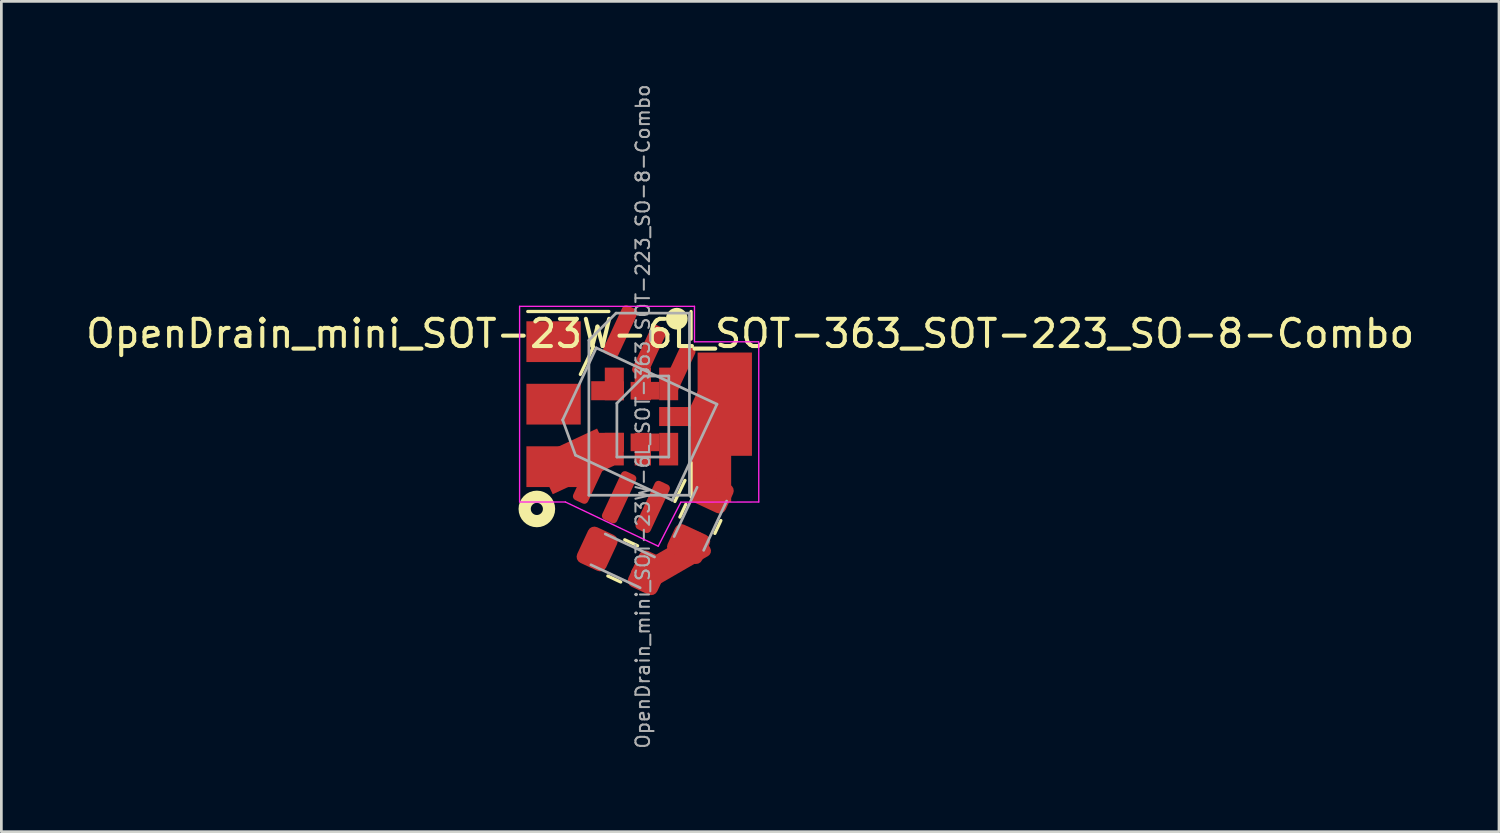
<source format=kicad_pcb>
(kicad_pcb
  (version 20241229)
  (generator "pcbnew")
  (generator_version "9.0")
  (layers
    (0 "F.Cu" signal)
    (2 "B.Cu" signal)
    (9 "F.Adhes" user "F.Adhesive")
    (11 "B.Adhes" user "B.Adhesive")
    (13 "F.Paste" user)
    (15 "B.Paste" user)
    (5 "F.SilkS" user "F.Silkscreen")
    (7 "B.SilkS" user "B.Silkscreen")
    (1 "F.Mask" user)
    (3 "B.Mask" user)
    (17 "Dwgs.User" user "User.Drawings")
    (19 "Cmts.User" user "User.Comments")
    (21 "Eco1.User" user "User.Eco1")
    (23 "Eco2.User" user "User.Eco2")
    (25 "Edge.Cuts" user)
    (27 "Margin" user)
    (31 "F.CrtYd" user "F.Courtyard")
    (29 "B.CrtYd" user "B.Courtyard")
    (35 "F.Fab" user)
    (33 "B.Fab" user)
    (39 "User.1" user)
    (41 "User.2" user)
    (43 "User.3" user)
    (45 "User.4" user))
  (footprint "OpenDrain_mini_SOT-23W-6L_SOT-363_SOT-223_SO-8-Combo"
    (layer "F.Cu")
    (at 20.604 12.277)
    (property "Reference" "OpenDrain_mini_SOT-23W-6L_SOT-363_SOT-223_SO-8-Combo" (at 3.95 -3.05 0) (layer "F.SilkS") (effects (font (size 1 1) (thickness 0.15))))
    (attr smd)
    (fp_line (start -4.235 -3.865) (end -1.25 -3.865) (stroke (width 0.12) (type solid)) (layer "F.SilkS"))
    (fp_line (start -2.3 -1.55) (end -1.814 -2.573) (stroke (width 0.12) (type solid)) (layer "F.SilkS"))
    (fp_line (start -0.814 6.088) (end -1.288 5.867) (stroke (width 0.12) (type solid)) (layer "F.SilkS"))
    (fp_line (start -0.193 4.756) (end -0.666 4.535) (stroke (width 0.12) (type solid)) (layer "F.SilkS"))
    (fp_line (start 1.363 3.7) (end 1.584 3.226) (stroke (width 0.12) (type solid)) (layer "F.SilkS"))
    (fp_line (start 1.55 2.35) (end 1.178 3.126) (stroke (width 0.12) (type solid)) (layer "F.SilkS"))
    (fp_line (start 1.775 -3.865) (end 1.775 -2.85) (stroke (width 0.12) (type solid)) (layer "F.SilkS"))
    (fp_line (start 1.775 2.955) (end 1.775 1.695) (stroke (width 0.12) (type solid)) (layer "F.SilkS"))
    (fp_line (start 2.65 4.3) (end 2.871 3.826) (stroke (width 0.12) (type solid)) (layer "F.SilkS"))
    (fp_circle (center -3.9 3.4) (end -3.725 3.261) (stroke (width 0.45) (type solid)) (fill no) (layer "F.SilkS"))
    (fp_circle (center 1.25 -3.6) (end 1.45 -3.6) (stroke (width 0.4) (type solid)) (fill no) (layer "F.SilkS"))
    (fp_line (start -4.535 -4.055) (end -4.535 3.145) (stroke (width 0.05) (type solid)) (layer "F.CrtYd"))
    (fp_line (start -2.85 3.145) (end -4.535 3.145) (stroke (width 0.05) (type solid)) (layer "F.CrtYd"))
    (fp_line (start -2.85 3.145) (end 0.566 4.771) (stroke (width 0.05) (type solid)) (layer "F.CrtYd"))
    (fp_line (start 0.566 4.771) (end 1.4 3.15) (stroke (width 0.05) (type solid)) (layer "F.CrtYd"))
    (fp_line (start 1.4 3.15) (end 4.265 3.145) (stroke (width 0.05) (type solid)) (layer "F.CrtYd"))
    (fp_line (start 1.9 -4.055) (end -4.535 -4.055) (stroke (width 0.05) (type solid)) (layer "F.CrtYd"))
    (fp_line (start 1.9 -4.055) (end 1.9 -2.75) (stroke (width 0.05) (type default)) (layer "F.CrtYd"))
    (fp_line (start 1.9 -2.75) (end 4.25 -2.75) (stroke (width 0.05) (type default)) (layer "F.CrtYd"))
    (fp_line (start 4.265 3.145) (end 4.265 -2.75) (stroke (width 0.05) (type solid)) (layer "F.CrtYd"))
    (fp_line (start -2.95 0.125) (end -1.714 -2.526) (stroke (width 0.1) (type solid)) (layer "F.Fab"))
    (fp_line (start -2.479 1.421) (end -2.95 0.125) (stroke (width 0.1) (type solid)) (layer "F.Fab"))
    (fp_line (start -1.985 -2.805) (end -1.985 2.895) (stroke (width 0.1) (type solid)) (layer "F.Fab"))
    (fp_line (start -1.985 -2.805) (end -0.985 -3.805) (stroke (width 0.1) (type solid)) (layer "F.Fab"))
    (fp_line (start -1.985 2.895) (end 1.715 2.895) (stroke (width 0.1) (type solid)) (layer "F.Fab"))
    (fp_line (start -1.714 -2.526) (end 2.727 -0.455) (stroke (width 0.1) (type solid)) (layer "F.Fab"))
    (fp_line (start -1.382 4.322) (end 0.43 5.168) (stroke (width 0.1) (type solid)) (layer "F.Fab"))
    (fp_line (start -0.985 -3.805) (end 1.715 -3.805) (stroke (width 0.1) (type solid)) (layer "F.Fab"))
    (fp_line (start -0.955 -0.49) (end -0.955 1.49) (stroke (width 0.1) (type solid)) (layer "F.Fab"))
    (fp_line (start -0.955 -0.49) (end 0.045 -1.49) (stroke (width 0.1) (type solid)) (layer "F.Fab"))
    (fp_line (start -0.955 1.49) (end 0.955 1.49) (stroke (width 0.1) (type solid)) (layer "F.Fab"))
    (fp_line (start -0.098 6.301) (end -1.911 5.455) (stroke (width 0.1) (type solid)) (layer "F.Fab"))
    (fp_line (start 0.045 -1.49) (end 0.955 -1.49) (stroke (width 0.1) (type solid)) (layer "F.Fab"))
    (fp_line (start 0.955 -1.49) (end 0.955 1.49) (stroke (width 0.1) (type solid)) (layer "F.Fab"))
    (fp_line (start 1.079 3.079) (end -2.479 1.421) (stroke (width 0.1) (type solid)) (layer "F.Fab"))
    (fp_line (start 1.151 4.416) (end 1.996 2.603) (stroke (width 0.1) (type solid)) (layer "F.Fab"))
    (fp_line (start 1.715 -3.805) (end 1.715 2.895) (stroke (width 0.1) (type solid)) (layer "F.Fab"))
    (fp_line (start 2.727 -0.455) (end 1.079 3.079) (stroke (width 0.1) (type solid)) (layer "F.Fab"))
    (fp_line (start 3.083 3.11) (end 2.238 4.923) (stroke (width 0.1) (type solid)) (layer "F.Fab"))
    (fp_text user "${REFERENCE}" (at 0 0 90) (layer "F.Fab") (effects (font (size 0.5 0.5) (thickness 0.075))))
    (pad "1" smd rect (at -3.285 -2.755) (size 2 1.5) (layers "F.Cu" "F.Mask" "F.Paste"))
    (pad "1" smd rect (at -1.3 -0.95) (size 1.2 0.7) (layers "F.Cu" "F.Mask" "F.Paste"))
    (pad "1" smd rect (at -1.05 -1.2 270) (size 1.2 0.7) (layers "F.Cu" "F.Mask" "F.Paste"))
    (pad "1" smd rect (at -0.9 -0.95 90) (size 0.65 0.4) (layers "F.Cu" "F.Mask" "F.Paste"))
    (pad "1" smd roundrect (at 0.363 3.325 65) (size 1.95 0.6) (layers "F.Cu" "F.Mask" "F.Paste") (roundrect_rratio 0.25))
    (pad "2" smd roundrect (at -0.998 -2.772 65) (size 1.95 0.6) (drill (offset 0.4 0)) (layers "F.Cu" "F.Mask" "F.Paste") (roundrect_rratio 0.25))
    (pad "2" smd rect (at -0.25 -0.95 90) (size 0.65 0.4) (layers "F.Cu" "F.Mask" "F.Paste"))
    (pad "2" smd rect (at -0.25 0.95 90) (size 0.65 0.4) (layers "F.Cu" "F.Mask" "F.Paste"))
    (pad "2" smd rect (at 0 -1.2 270) (size 1.2 0.6) (layers "F.Cu" "F.Mask" "F.Paste"))
    (pad "2" smd rect (at 0 1.2 270) (size 1.2 0.6) (layers "F.Cu" "F.Mask" "F.Paste"))
    (pad "2" smd roundrect (at 0.153 -2.235 65) (size 1.95 0.6) (drill (offset 0.2 0)) (layers "F.Cu" "F.Mask" "F.Paste") (roundrect_rratio 0.25))
    (pad "2" smd rect (at 0.4 -0.95 90) (size 0.65 0.4) (layers "F.Cu" "F.Mask" "F.Paste"))
    (pad "2" smd rect (at 0.4 0.95 90) (size 0.65 0.4) (layers "F.Cu" "F.Mask" "F.Paste"))
    (pad "2" smd rect (at 0.95 -1.2 270) (size 1.2 0.7) (layers "F.Cu" "F.Mask" "F.Paste"))
    (pad "2" smd rect (at 0.95 1.2 270) (size 1.2 0.7) (layers "F.Cu" "F.Mask" "F.Paste"))
    (pad "2" smd rect (at 1.2 0) (size 1.2 0.7) (layers "F.Cu" "F.Mask" "F.Paste"))
    (pad "2" smd roundrect (at 1.304 -1.698 65) (size 1.95 0.6) (layers "F.Cu" "F.Mask" "F.Paste") (roundrect_rratio 0.25))
    (pad "2" smd roundrect (at 2.455 -1.161 65) (size 1.95 0.6) (drill (offset -0.7 0)) (layers "F.Cu" "F.Mask" "F.Paste") (roundrect_rratio 0.25))
    (pad "2" smd rect (at 2.5 1.65 90) (size 3 1.5) (layers "F.Cu" "F.Mask" "F.Paste"))
    (pad "2" smd roundrect (at 2.55 2.834 65) (size 1.15 1.4) (layers "F.Cu" "F.Mask" "F.Paste") (roundrect_rratio 0.217))
    (pad "2" smd rect (at 3.015 -0.455) (size 2 3.8) (layers "F.Cu" "F.Mask" "F.Paste"))
    (pad "3" smd rect (at -3.285 1.845) (size 2 1.5) (layers "F.Cu" "F.Mask" "F.Paste"))
    (pad "3" smd rect (at -2.5 1.65 25) (size 2.5 1.5) (layers "F.Cu" "F.Mask" "F.Paste"))
    (pad "3" smd roundrect (at -1.939 2.251 65) (size 1.95 0.6) (layers "F.Cu" "F.Mask" "F.Paste") (roundrect_rratio 0.25))
    (pad "3" smd roundrect (at -1.681 4.873 155) (size 1.175 1.45) (layers "F.Cu" "F.Mask" "F.Paste") (roundrect_rratio 0.213))
    (pad "3" smd rect (at -1.3 0.95) (size 1.2 0.7) (layers "F.Cu" "F.Mask" "F.Paste"))
    (pad "3" smd rect (at -1.05 1.2 270) (size 1.2 0.7) (layers "F.Cu" "F.Mask" "F.Paste"))
    (pad "3" smd rect (at -0.9 0.95 90) (size 0.65 0.4) (layers "F.Cu" "F.Mask" "F.Paste"))
    (pad "3" smd roundrect (at -0.788 2.788 65) (size 1.95 0.6) (drill (offset -0.2 0)) (layers "F.Cu" "F.Mask" "F.Paste") (roundrect_rratio 0.25))
    (pad "4" smd roundrect (at 0.2 5.75 155) (size 1.175 1.45) (layers "F.Cu" "F.Mask" "F.Paste") (roundrect_rratio 0.213))
    (pad "4" smd roundrect (at 1.039 5.341 120) (size 1 3) (layers "F.Cu") (roundrect_rratio 0.217))
    (pad "4" smd roundrect (at 1.684 4.692 65) (size 1.15 1.4) (layers "F.Cu" "F.Mask" "F.Paste") (roundrect_rratio 0.217))
    (pad "5" smd rect (at -3.285 -0.455) (size 2 1.5) (layers "F.Cu" "F.Mask" "F.Paste")))
  (gr_rect
    (start -3 -3)
    (end 52.107 27.554)
    (stroke (width 0.1) (type default))
    (fill no)
    (layer "Edge.Cuts")))
</source>
